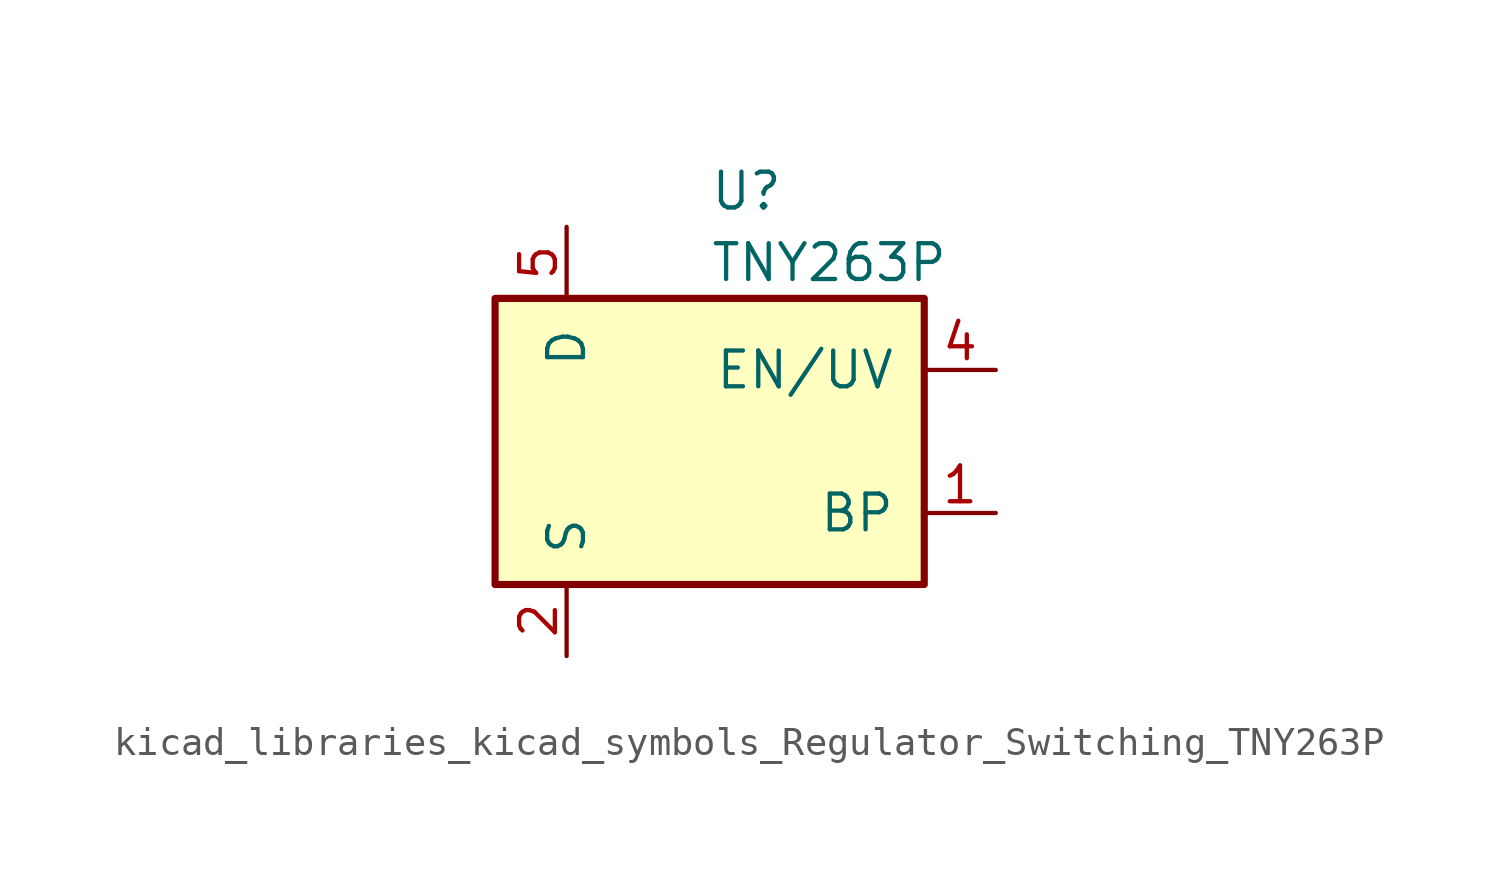
<source format=kicad_sym>
(kicad_symbol_lib
  (version 20220914)
  (generator kicad_symbol_editor)
  (symbol "kicad_libraries_kicad_symbols_Regulator_Switching_TNY263P"
    (pin_names
      (offset 1.016))
    (property "Reference" "U"
      (at 0 8.89 0)
      (effects (font (size 1.27 1.27)) (justify left)))
    (property "Value" "TNY263P"
      (at 0 6.35 0)
      (effects (font (size 1.27 1.27)) (justify left)))
    (symbol "kicad_libraries_kicad_symbols_Regulator_Switching_TNY263P_0_1"
      (rectangle (start -7.62 5.08) (end 7.62 -5.08) (stroke (width 0.254) (type default)) (fill (type background))))
    (symbol "kicad_libraries_kicad_symbols_Regulator_Switching_TNY263P_1_1"
      (pin input line (at 10.16 -2.54 180) (length 2.54) (name "BP" (effects (font (size 1.27 1.27)))) (number "1" (effects (font (size 1.27 1.27)))))
      (pin power_in line (at -5.08 -7.62 90) (length 2.54) (name "S" (effects (font (size 1.27 1.27)))) (number "2" (effects (font (size 1.27 1.27)))))
      (pin passive line (at -5.08 -7.62 90) (length 2.54) hide (name "S" (effects (font (size 1.27 1.27)))) (number "3" (effects (font (size 1.27 1.27)))))
      (pin input line (at 10.16 2.54 180) (length 2.54) (name "EN/UV" (effects (font (size 1.27 1.27)))) (number "4" (effects (font (size 1.27 1.27)))))
      (pin open_collector line (at -5.08 7.62 270) (length 2.54) (name "D" (effects (font (size 1.27 1.27)))) (number "5" (effects (font (size 1.27 1.27)))))
      (pin passive line (at -5.08 -7.62 90) (length 2.54) hide (name "S" (effects (font (size 1.27 1.27)))) (number "7" (effects (font (size 1.27 1.27)))))
      (pin passive line (at -5.08 -7.62 90) (length 2.54) hide (name "S" (effects (font (size 1.27 1.27)))) (number "8" (effects (font (size 1.27 1.27))))))))
</source>
